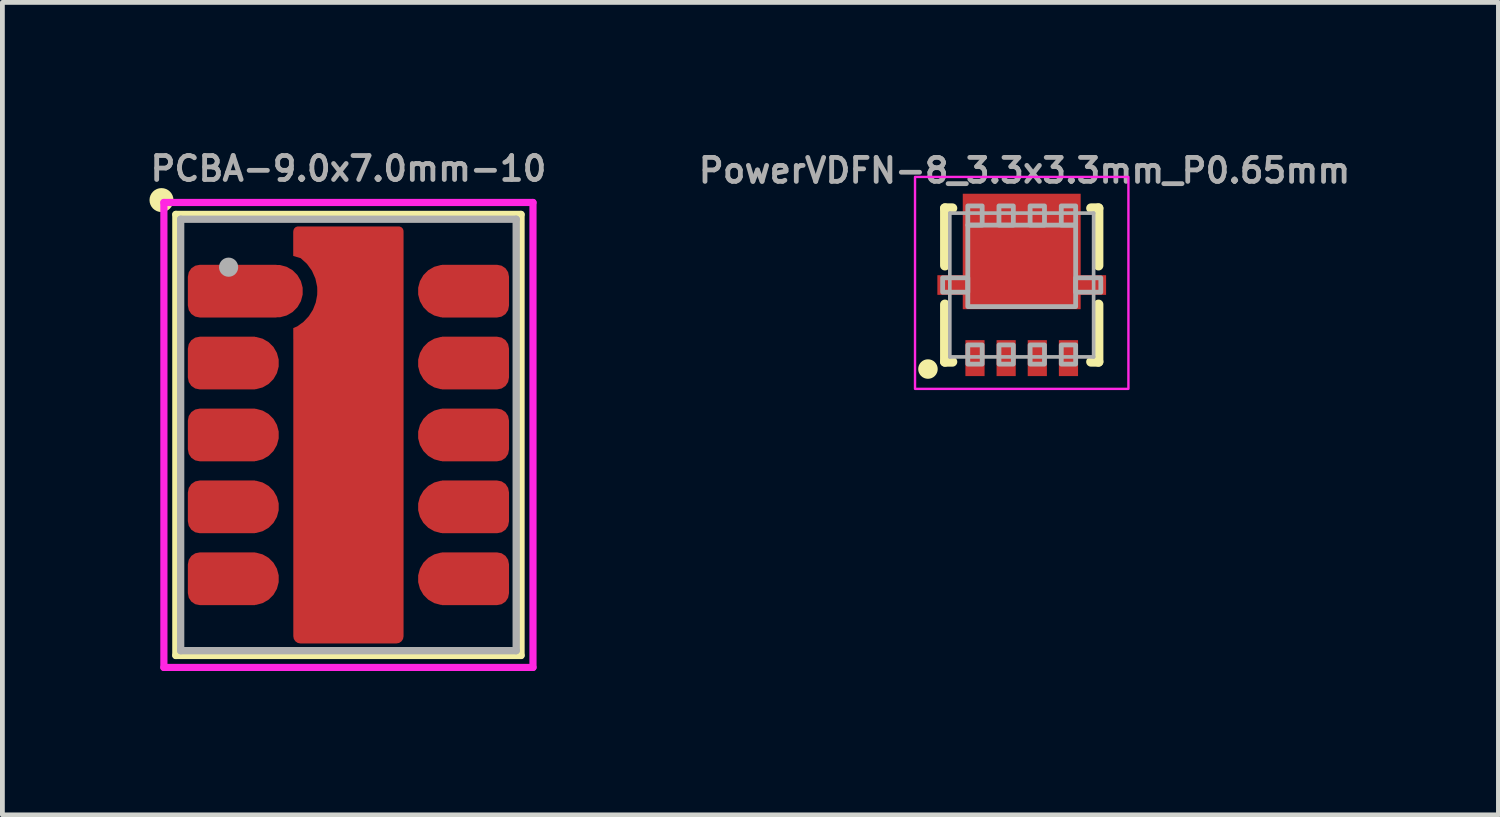
<source format=kicad_pcb>
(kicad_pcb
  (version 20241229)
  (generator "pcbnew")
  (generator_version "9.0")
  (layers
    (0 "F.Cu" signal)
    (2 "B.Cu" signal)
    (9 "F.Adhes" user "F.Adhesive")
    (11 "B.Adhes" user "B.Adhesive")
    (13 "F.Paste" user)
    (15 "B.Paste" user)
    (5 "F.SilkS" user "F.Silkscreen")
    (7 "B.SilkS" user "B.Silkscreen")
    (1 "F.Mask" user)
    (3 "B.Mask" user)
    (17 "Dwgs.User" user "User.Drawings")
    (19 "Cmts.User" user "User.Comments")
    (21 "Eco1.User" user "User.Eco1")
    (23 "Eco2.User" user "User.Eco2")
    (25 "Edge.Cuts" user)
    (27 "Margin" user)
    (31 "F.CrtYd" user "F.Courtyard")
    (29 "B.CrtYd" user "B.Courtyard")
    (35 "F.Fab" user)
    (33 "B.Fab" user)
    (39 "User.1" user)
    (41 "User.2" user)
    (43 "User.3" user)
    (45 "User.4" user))
  (footprint "PCBA-9.0x7.0mm-10"
    (layer "F.Cu")
    (at 4.219 6.024)
    (property "Reference" "PCBA-9.0x7.0mm-10" (at 0 -5.556 0) (unlocked yes) (layer "F.Fab") (effects (font (size 0.5 0.5) (thickness 0.1))))
    (attr smd)
    (fp_line (start -3.6 -4.6) (end -3.6 4.6) (stroke (width 0.152) (type default)) (layer "F.SilkS"))
    (fp_line (start -3.6 4.6) (end 3.6 4.6) (stroke (width 0.152) (type default)) (layer "F.SilkS"))
    (fp_line (start 3.6 -4.6) (end -3.6 -4.6) (stroke (width 0.152) (type default)) (layer "F.SilkS"))
    (fp_line (start 3.6 4.6) (end 3.6 -4.6) (stroke (width 0.152) (type default)) (layer "F.SilkS"))
    (fp_circle (center -3.9 -4.9) (end -3.75 -4.9) (stroke (width 0.2) (type solid)) (fill yes) (layer "F.SilkS"))
    (fp_rect (start -0.95 -0.95) (end 0.95 0.95) (stroke (width 0.2) (type solid)) (fill yes) (layer "F.Paste"))
    (fp_rect (start -0.95 2.25) (end 0.95 4.15) (stroke (width 0.2) (type solid)) (fill yes) (layer "F.Paste"))
    (fp_rect (start -0.45 -4.15) (end 0.95 -2.25) (stroke (width 0.2) (type solid)) (fill yes) (layer "F.Paste"))
    (fp_line (start -3.85 -4.85) (end -3.85 4.85) (stroke (width 0.15) (type default)) (layer "F.CrtYd"))
    (fp_line (start -3.85 4.85) (end 3.85 4.85) (stroke (width 0.15) (type default)) (layer "F.CrtYd"))
    (fp_line (start 3.85 -4.85) (end -3.85 -4.85) (stroke (width 0.15) (type default)) (layer "F.CrtYd"))
    (fp_line (start 3.85 4.85) (end 3.85 -4.85) (stroke (width 0.15) (type default)) (layer "F.CrtYd"))
    (fp_line (start -3.5 -4.5) (end -3.5 4.5) (stroke (width 0.152) (type default)) (layer "F.Fab"))
    (fp_line (start -3.5 4.5) (end 3.5 4.5) (stroke (width 0.152) (type default)) (layer "F.Fab"))
    (fp_line (start 3.5 -4.5) (end -3.5 -4.5) (stroke (width 0.152) (type default)) (layer "F.Fab"))
    (fp_line (start 3.5 4.5) (end 3.5 -4.5) (stroke (width 0.152) (type default)) (layer "F.Fab"))
    (fp_circle (center -2.5 -3.5) (end -2.4 -3.5) (stroke (width 0.2) (type solid)) (fill no) (layer "F.Fab"))
    (pad "1" smd custom (at -2.425 -3) (size 1.1 1.1) (layers "F.Cu" "F.Mask" "F.Paste") (options (anchor circle)) (primitives (gr_poly (pts (xy -0.925 -0.3) (xy -0.906 -0.396) (xy -0.852 -0.477) (xy -0.771 -0.531) (xy -0.675 -0.55) (xy 0.675 -0.55) (xy 0.771 -0.531) (xy 0.852 -0.477) (xy 0.906 -0.396) (xy 0.925 -0.3) (xy 0.925 0.3) (xy 0.906 0.396) (xy 0.852 0.477) (xy 0.771 0.531) (xy 0.675 0.55) (xy -0.675 0.55) (xy -0.771 0.531) (xy -0.852 0.477) (xy -0.906 0.396) (xy -0.925 0.3)) (width 0) (fill yes)) (gr_rect (start 0.425 -0.55) (end 0.925 0.55) (width 0) (fill yes)) (gr_circle (center 0.925 0) (end 1.475 0) (width 0) (fill yes))))
    (pad "2" smd custom (at -2.675 -1.5) (size 1.1 1.1) (layers "F.Cu" "F.Mask" "F.Paste") (options (anchor circle)) (primitives (gr_poly (pts (xy -0.675 -0.3) (xy -0.656 -0.396) (xy -0.602 -0.477) (xy -0.521 -0.531) (xy -0.425 -0.55) (xy 0.425 -0.55) (xy 0.521 -0.531) (xy 0.602 -0.477) (xy 0.656 -0.396) (xy 0.675 -0.3) (xy 0.675 0.3) (xy 0.656 0.396) (xy 0.602 0.477) (xy 0.521 0.531) (xy 0.425 0.55) (xy -0.425 0.55) (xy -0.521 0.531) (xy -0.602 0.477) (xy -0.656 0.396) (xy -0.675 0.3)) (width 0) (fill yes)) (gr_rect (start 0.225 -0.55) (end 0.725 0.55) (width 0) (fill yes)) (gr_circle (center 0.675 0) (end 1.225 0) (width 0) (fill yes))))
    (pad "3" smd custom (at -2.675 0) (size 1.1 1.1) (layers "F.Cu" "F.Mask" "F.Paste") (options (anchor circle)) (primitives (gr_poly (pts (xy -0.675 -0.3) (xy -0.656 -0.396) (xy -0.602 -0.477) (xy -0.521 -0.531) (xy -0.425 -0.55) (xy 0.425 -0.55) (xy 0.521 -0.531) (xy 0.602 -0.477) (xy 0.656 -0.396) (xy 0.675 -0.3) (xy 0.675 0.3) (xy 0.656 0.396) (xy 0.602 0.477) (xy 0.521 0.531) (xy 0.425 0.55) (xy -0.425 0.55) (xy -0.521 0.531) (xy -0.602 0.477) (xy -0.656 0.396) (xy -0.675 0.3)) (width 0) (fill yes)) (gr_rect (start 0.225 -0.55) (end 0.725 0.55) (width 0) (fill yes)) (gr_circle (center 0.675 0) (end 1.225 0) (width 0) (fill yes))))
    (pad "4" smd custom (at -2.675 1.5) (size 1.1 1.1) (layers "F.Cu" "F.Mask" "F.Paste") (options (anchor circle)) (primitives (gr_poly (pts (xy -0.675 -0.3) (xy -0.656 -0.396) (xy -0.602 -0.477) (xy -0.521 -0.531) (xy -0.425 -0.55) (xy 0.425 -0.55) (xy 0.521 -0.531) (xy 0.602 -0.477) (xy 0.656 -0.396) (xy 0.675 -0.3) (xy 0.675 0.3) (xy 0.656 0.396) (xy 0.602 0.477) (xy 0.521 0.531) (xy 0.425 0.55) (xy -0.425 0.55) (xy -0.521 0.531) (xy -0.602 0.477) (xy -0.656 0.396) (xy -0.675 0.3)) (width 0) (fill yes)) (gr_rect (start 0.225 -0.55) (end 0.725 0.55) (width 0) (fill yes)) (gr_circle (center 0.675 0) (end 1.225 0) (width 0) (fill yes))))
    (pad "5" smd custom (at -2.675 3) (size 1.1 1.1) (layers "F.Cu" "F.Mask" "F.Paste") (options (anchor circle)) (primitives (gr_poly (pts (xy -0.675 -0.3) (xy -0.656 -0.396) (xy -0.602 -0.477) (xy -0.521 -0.531) (xy -0.425 -0.55) (xy 0.425 -0.55) (xy 0.521 -0.531) (xy 0.602 -0.477) (xy 0.656 -0.396) (xy 0.675 -0.3) (xy 0.675 0.3) (xy 0.656 0.396) (xy 0.602 0.477) (xy 0.521 0.531) (xy 0.425 0.55) (xy -0.425 0.55) (xy -0.521 0.531) (xy -0.602 0.477) (xy -0.656 0.396) (xy -0.675 0.3)) (width 0) (fill yes)) (gr_rect (start 0.225 -0.55) (end 0.725 0.55) (width 0) (fill yes)) (gr_circle (center 0.675 0) (end 1.225 0) (width 0) (fill yes))))
    (pad "6" smd custom (at 2.675 3 180) (size 1.1 1.1) (layers "F.Cu" "F.Mask" "F.Paste") (options (anchor circle)) (primitives (gr_poly (pts (xy -0.675 -0.3) (xy -0.656 -0.396) (xy -0.602 -0.477) (xy -0.521 -0.531) (xy -0.425 -0.55) (xy 0.425 -0.55) (xy 0.521 -0.531) (xy 0.602 -0.477) (xy 0.656 -0.396) (xy 0.675 -0.3) (xy 0.675 0.3) (xy 0.656 0.396) (xy 0.602 0.477) (xy 0.521 0.531) (xy 0.425 0.55) (xy -0.425 0.55) (xy -0.521 0.531) (xy -0.602 0.477) (xy -0.656 0.396) (xy -0.675 0.3)) (width 0) (fill yes)) (gr_rect (start 0.225 -0.55) (end 0.725 0.55) (width 0) (fill yes)) (gr_circle (center 0.675 0) (end 1.225 0) (width 0) (fill yes))))
    (pad "7" smd custom (at 2.675 1.5 180) (size 1.1 1.1) (layers "F.Cu" "F.Mask" "F.Paste") (options (anchor circle)) (primitives (gr_poly (pts (xy -0.675 -0.3) (xy -0.656 -0.396) (xy -0.602 -0.477) (xy -0.521 -0.531) (xy -0.425 -0.55) (xy 0.425 -0.55) (xy 0.521 -0.531) (xy 0.602 -0.477) (xy 0.656 -0.396) (xy 0.675 -0.3) (xy 0.675 0.3) (xy 0.656 0.396) (xy 0.602 0.477) (xy 0.521 0.531) (xy 0.425 0.55) (xy -0.425 0.55) (xy -0.521 0.531) (xy -0.602 0.477) (xy -0.656 0.396) (xy -0.675 0.3)) (width 0) (fill yes)) (gr_rect (start 0.225 -0.55) (end 0.725 0.55) (width 0) (fill yes)) (gr_circle (center 0.675 0) (end 1.225 0) (width 0) (fill yes))))
    (pad "8" smd custom (at 2.675 0 180) (size 1.1 1.1) (layers "F.Cu" "F.Mask" "F.Paste") (options (anchor circle)) (primitives (gr_poly (pts (xy -0.675 -0.3) (xy -0.656 -0.396) (xy -0.602 -0.477) (xy -0.521 -0.531) (xy -0.425 -0.55) (xy 0.425 -0.55) (xy 0.521 -0.531) (xy 0.602 -0.477) (xy 0.656 -0.396) (xy 0.675 -0.3) (xy 0.675 0.3) (xy 0.656 0.396) (xy 0.602 0.477) (xy 0.521 0.531) (xy 0.425 0.55) (xy -0.425 0.55) (xy -0.521 0.531) (xy -0.602 0.477) (xy -0.656 0.396) (xy -0.675 0.3)) (width 0) (fill yes)) (gr_rect (start 0.225 -0.55) (end 0.725 0.55) (width 0) (fill yes)) (gr_circle (center 0.675 0) (end 1.225 0) (width 0) (fill yes))))
    (pad "9" smd custom (at 2.675 -1.5 180) (size 1.1 1.1) (layers "F.Cu" "F.Mask" "F.Paste") (options (anchor circle)) (primitives (gr_poly (pts (xy -0.675 -0.3) (xy -0.656 -0.396) (xy -0.602 -0.477) (xy -0.521 -0.531) (xy -0.425 -0.55) (xy 0.425 -0.55) (xy 0.521 -0.531) (xy 0.602 -0.477) (xy 0.656 -0.396) (xy 0.675 -0.3) (xy 0.675 0.3) (xy 0.656 0.396) (xy 0.602 0.477) (xy 0.521 0.531) (xy 0.425 0.55) (xy -0.425 0.55) (xy -0.521 0.531) (xy -0.602 0.477) (xy -0.656 0.396) (xy -0.675 0.3)) (width 0) (fill yes)) (gr_rect (start 0.225 -0.55) (end 0.725 0.55) (width 0) (fill yes)) (gr_circle (center 0.675 0) (end 1.225 0) (width 0) (fill yes))))
    (pad "10" smd custom (at 2.675 -3 180) (size 1.1 1.1) (layers "F.Cu" "F.Mask" "F.Paste") (options (anchor circle)) (primitives (gr_poly (pts (xy -0.675 -0.3) (xy -0.656 -0.396) (xy -0.602 -0.477) (xy -0.521 -0.531) (xy -0.425 -0.55) (xy 0.425 -0.55) (xy 0.521 -0.531) (xy 0.602 -0.477) (xy 0.656 -0.396) (xy 0.675 -0.3) (xy 0.675 0.3) (xy 0.656 0.396) (xy 0.602 0.477) (xy 0.521 0.531) (xy 0.425 0.55) (xy -0.425 0.55) (xy -0.521 0.531) (xy -0.602 0.477) (xy -0.656 0.396) (xy -0.675 0.3)) (width 0) (fill yes)) (gr_rect (start 0.225 -0.55) (end 0.725 0.55) (width 0) (fill yes)) (gr_circle (center 0.675 0) (end 1.225 0) (width 0) (fill yes))))
    (pad "11" smd custom (at 0 1.05 180) (size 2.3 2.3) (layers "F.Cu" "F.Mask") (options (anchor circle)) (primitives (gr_poly (pts (xy -1.15 -3.15) (xy -1.139 -3.207) (xy -1.106 -3.256) (xy -1.057 -3.289) (xy -1 -3.3) (xy 1 -3.3) (xy 1.057 -3.289) (xy 1.106 -3.256) (xy 1.139 -3.207) (xy 1.15 -3.15) (xy 1.15 3.15) (xy 1.139 3.207) (xy 1.106 3.256) (xy 1.057 3.289) (xy 1 3.3) (xy -1 3.3) (xy -1.057 3.289) (xy -1.106 3.256) (xy -1.139 3.207) (xy -1.15 3.15)) (width 0) (fill yes)) (gr_poly (pts (xy 1.151 3.05) (xy 1.151 3.28) (xy 1.068 3.315) (xy 0.938 3.409) (xy 0.828 3.526) (xy 0.741 3.662) (xy 0.682 3.812) (xy 0.652 3.97) (xy 0.65 4.05) (xy 0.652 4.139) (xy 0.689 4.312) (xy 0.761 4.475) (xy 0.865 4.619) (xy 0.996 4.738) (xy 1.152 4.784) (xy 1.152 5.3) (xy -1.15 5.3) (xy -1.15 3.05)) (width 0) (fill yes)) (gr_line (start 1.05 5.3) (end -1.05 5.3) (width 0.2)))))
  (footprint "PowerVDFN-8_3.3x3.3mm_P0.65mm"
    (layer "F.Cu")
    (at 18.265 2.896)
    (property "Reference" "PowerVDFN-8_3.3x3.3mm_P0.65mm" (at 0.059 -2.096 0) (unlocked yes) (layer "F.Fab") (effects (font (size 0.5 0.5) (thickness 0.1) (bold yes)) (justify bottom)))
    (attr smd)
    (fp_line (start -1.602 -1.602) (end -1.602 -0.405) (stroke (width 0.203) (type solid)) (layer "F.SilkS"))
    (fp_line (start -1.602 0.405) (end -1.602 1.602) (stroke (width 0.203) (type solid)) (layer "F.SilkS"))
    (fp_line (start -1.446 -1.602) (end -1.602 -1.602) (stroke (width 0.203) (type solid)) (layer "F.SilkS"))
    (fp_line (start -1.446 1.602) (end -1.602 1.602) (stroke (width 0.203) (type solid)) (layer "F.SilkS"))
    (fp_line (start 1.602 -1.602) (end 1.446 -1.602) (stroke (width 0.203) (type solid)) (layer "F.SilkS"))
    (fp_line (start 1.602 -1.602) (end 1.602 -0.405) (stroke (width 0.203) (type solid)) (layer "F.SilkS"))
    (fp_line (start 1.602 0.405) (end 1.602 1.602) (stroke (width 0.203) (type solid)) (layer "F.SilkS"))
    (fp_line (start 1.602 1.602) (end 1.446 1.602) (stroke (width 0.203) (type solid)) (layer "F.SilkS"))
    (fp_circle (center -1.956 1.753) (end -1.854 1.753) (stroke (width 0.203) (type solid)) (fill yes) (layer "F.SilkS"))
    (fp_rect (start -2.226 -2.255) (end 2.226 2.166) (stroke (width 0.05) (type default)) (fill no) (layer "F.CrtYd"))
    (fp_line (start -1.5 -1.5) (end -1.5 1.5) (stroke (width 0.076) (type solid)) (layer "F.Fab"))
    (fp_line (start -1.5 1.5) (end 1.5 1.5) (stroke (width 0.076) (type solid)) (layer "F.Fab"))
    (fp_line (start 1.5 -1.5) (end -1.5 -1.5) (stroke (width 0.076) (type solid)) (layer "F.Fab"))
    (fp_line (start 1.5 1.5) (end 1.5 -1.5) (stroke (width 0.076) (type solid)) (layer "F.Fab"))
    (fp_poly (pts (xy -1.65 0.15) (xy -1.125 0.15) (xy -1.125 -0.15) (xy -1.65 -0.15)) (stroke (width 0.1) (type default)) (fill no) (layer "F.Fab"))
    (fp_poly (pts (xy -1.125 -1.25) (xy -0.825 -1.25) (xy -0.825 -1.65) (xy -1.125 -1.65)) (stroke (width 0.1) (type default)) (fill no) (layer "F.Fab"))
    (fp_poly (pts (xy -0.825 1.25) (xy -1.125 1.25) (xy -1.125 1.65) (xy -0.825 1.65)) (stroke (width 0.1) (type default)) (fill no) (layer "F.Fab"))
    (fp_poly (pts (xy -0.475 -1.25) (xy -0.175 -1.25) (xy -0.175 -1.65) (xy -0.475 -1.65)) (stroke (width 0.1) (type default)) (fill no) (layer "F.Fab"))
    (fp_poly (pts (xy -0.175 1.25) (xy -0.475 1.25) (xy -0.475 1.65) (xy -0.175 1.65)) (stroke (width 0.1) (type default)) (fill no) (layer "F.Fab"))
    (fp_poly (pts (xy 0.175 -1.25) (xy 0.475 -1.25) (xy 0.475 -1.65) (xy 0.175 -1.65)) (stroke (width 0.1) (type default)) (fill no) (layer "F.Fab"))
    (fp_poly (pts (xy 0.475 1.25) (xy 0.175 1.25) (xy 0.175 1.65) (xy 0.475 1.65)) (stroke (width 0.1) (type default)) (fill no) (layer "F.Fab"))
    (fp_poly (pts (xy 0.825 -1.25) (xy 1.125 -1.25) (xy 1.125 -1.65) (xy 0.825 -1.65)) (stroke (width 0.1) (type default)) (fill no) (layer "F.Fab"))
    (fp_poly (pts (xy 1.125 -1.25) (xy -1.125 -1.25) (xy -1.125 0.45) (xy 1.125 0.45)) (stroke (width 0.1) (type default)) (fill no) (layer "F.Fab"))
    (fp_poly (pts (xy 1.125 1.25) (xy 0.825 1.25) (xy 0.825 1.65) (xy 1.125 1.65)) (stroke (width 0.1) (type default)) (fill no) (layer "F.Fab"))
    (fp_poly (pts (xy 1.65 -0.15) (xy 1.125 -0.15) (xy 1.125 0.15) (xy 1.65 0.15)) (stroke (width 0.1) (type default)) (fill no) (layer "F.Fab"))
    (pad "1" smd rect (at -0.975 1.525) (size 0.4 0.75) (layers "F.Cu" "F.Mask" "F.Paste"))
    (pad "2" smd rect (at -0.325 1.525) (size 0.4 0.75) (layers "F.Cu" "F.Mask" "F.Paste"))
    (pad "3" smd rect (at 0.325 1.525) (size 0.4 0.75) (layers "F.Cu" "F.Mask" "F.Paste"))
    (pad "4" smd rect (at 0.975 1.525) (size 0.4 0.75) (layers "F.Cu" "F.Mask" "F.Paste"))
    (pad "5" smd custom (at 0 -0.7) (size 2.45 2.4) (layers "F.Cu" "F.Mask" "F.Paste") (options (anchor rect)) (primitives (gr_poly (pts (xy 1.225 -1.2) (xy -1.225 -1.2) (xy -1.225 0.5) (xy -1.755 0.5) (xy -1.755 0.9) (xy -1.225 0.9) (xy -1.225 1.2) (xy 1.225 1.2) (xy 1.225 0.9) (xy 1.755 0.9) (xy 1.755 0.5) (xy 1.225 0.5)) (width 0.01) (fill yes)))))
  (gr_rect
    (start -3 -3)
    (end 28.21 13.949)
    (stroke (width 0.1) (type default))
    (fill no)
    (layer "Edge.Cuts")))
</source>
